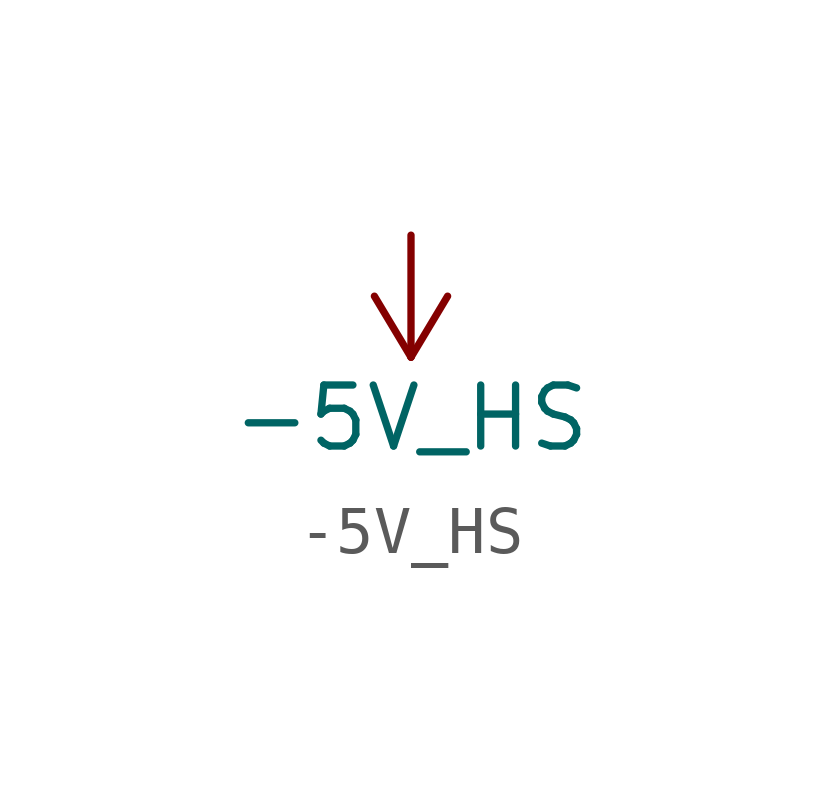
<source format=kicad_sym>
(kicad_symbol_lib
  (version 20220914)
  (generator kicad_symbol_editor)
  (symbol "-5V_HS"
    (power)
    (pin_numbers hide)
    (pin_names
      (offset 0))
    (property "Reference" "#PWR"
      (at 1.27 0 90)
      (effects (font (size 1.27 1.27)) hide))
    (property "Value" "-5V_HS"
      (at 0 -3.81 0)
      (effects (font (size 1.27 1.27))))
    (symbol "-5V_HS_1_1"
      (polyline (pts (xy 0 -2.54) (xy -0.762 -1.27)) (stroke (width 0) (type default)) (fill (type none)))
      (polyline (pts (xy 0 0) (xy 0 -2.54)) (stroke (width 0) (type default)) (fill (type none)))
      (polyline (pts (xy 0.762 -1.27) (xy 0 -2.54)) (stroke (width 0) (type default)) (fill (type none)))
      (pin power_in line (at 0 0 90) (length 0) hide (name "-5V_HS" (effects (font (size 1.27 1.27)))) (number "1" (effects (font (size 1.27 1.27))))))))
</source>
